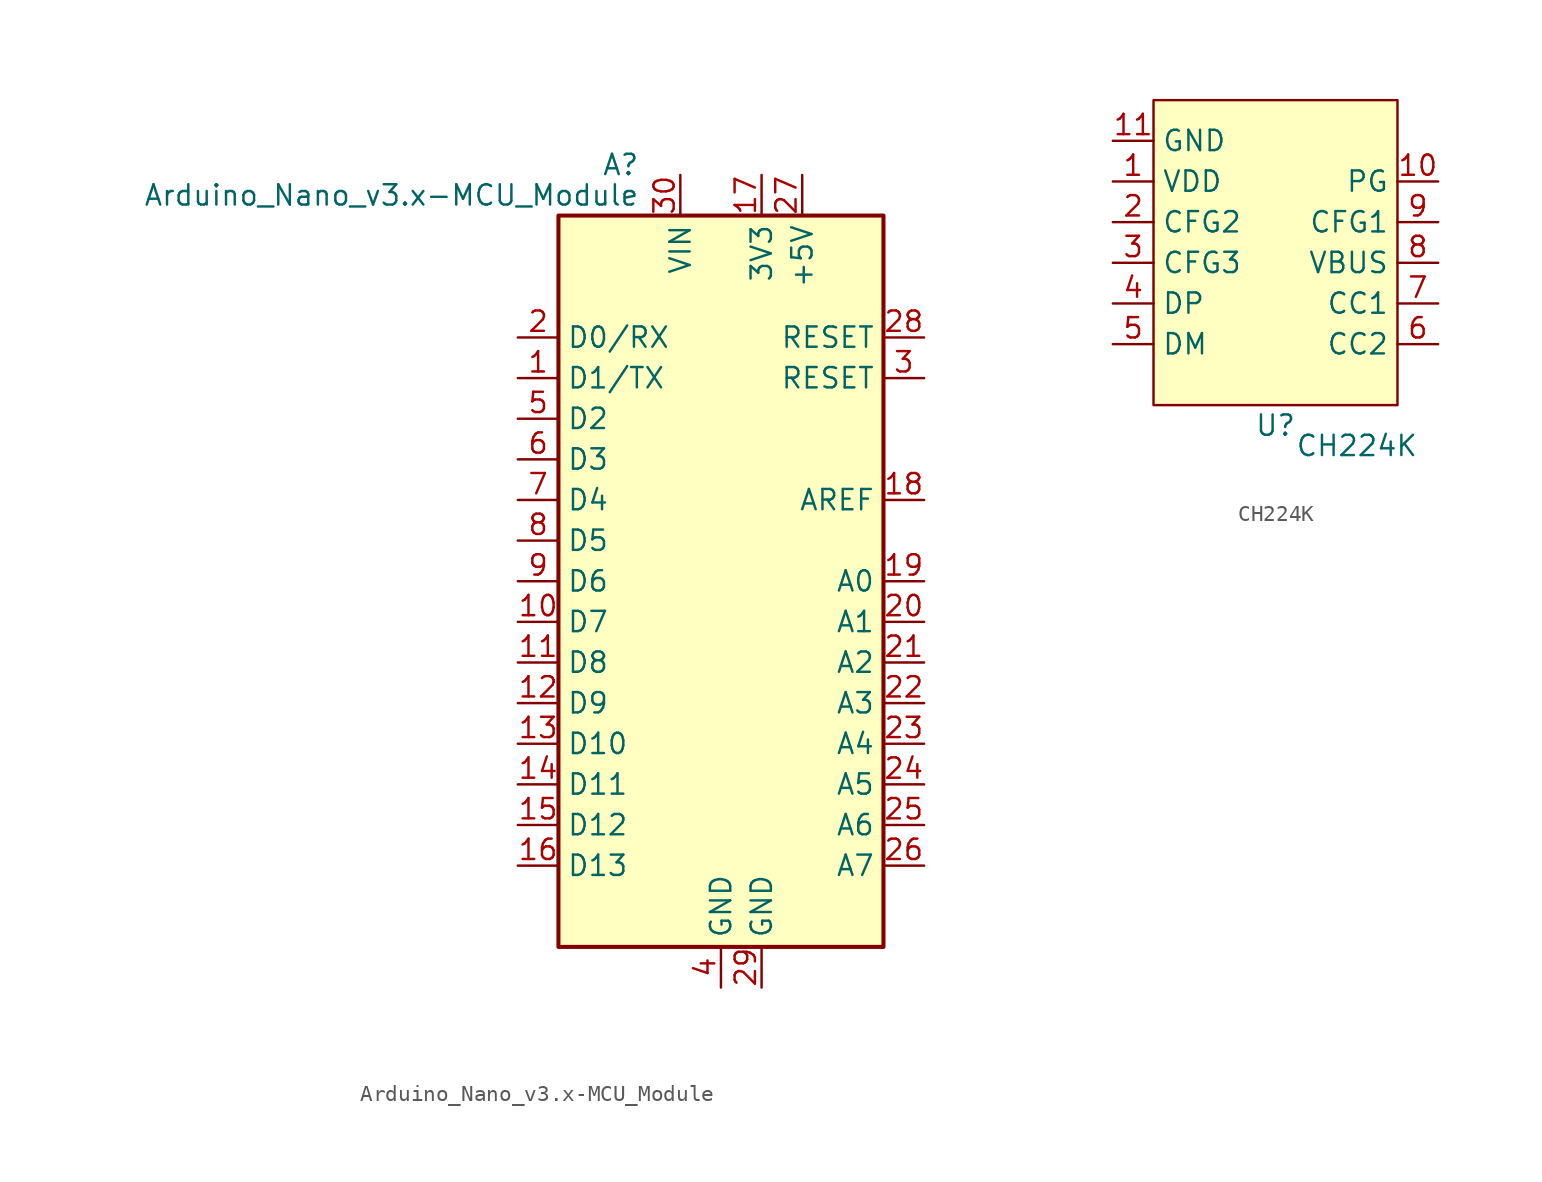
<source format=kicad_sym>
(kicad_symbol_lib
  (version 20220914)
  (generator kicad_symbol_editor)
  (symbol "Arduino_Nano_v3.x-MCU_Module"
    (property "Reference" "A"
      (at -5.08 26.035 0)
      (effects (font (size 1.27 1.27)) (justify right)))
    (property "Value" "Arduino_Nano_v3.x-MCU_Module"
      (at -5.08 24.13 0)
      (effects (font (size 1.27 1.27)) (justify right)))
    (symbol "Arduino_Nano_v3.x-MCU_Module_0_1"
      (rectangle (start -10.16 22.86) (end 10.16 -22.86) (stroke (width 0.254) (type default)) (fill (type background))))
    (symbol "Arduino_Nano_v3.x-MCU_Module_1_1"
      (pin bidirectional line (at -12.7 12.7 0) (length 2.54) (name "D1/TX" (effects (font (size 1.27 1.27)))) (number "1" (effects (font (size 1.27 1.27)))))
      (pin bidirectional line (at -12.7 -2.54 0) (length 2.54) (name "D7" (effects (font (size 1.27 1.27)))) (number "10" (effects (font (size 1.27 1.27)))))
      (pin bidirectional line (at -12.7 -5.08 0) (length 2.54) (name "D8" (effects (font (size 1.27 1.27)))) (number "11" (effects (font (size 1.27 1.27)))))
      (pin bidirectional line (at -12.7 -7.62 0) (length 2.54) (name "D9" (effects (font (size 1.27 1.27)))) (number "12" (effects (font (size 1.27 1.27)))))
      (pin bidirectional line (at -12.7 -10.16 0) (length 2.54) (name "D10" (effects (font (size 1.27 1.27)))) (number "13" (effects (font (size 1.27 1.27)))))
      (pin bidirectional line (at -12.7 -12.7 0) (length 2.54) (name "D11" (effects (font (size 1.27 1.27)))) (number "14" (effects (font (size 1.27 1.27)))))
      (pin bidirectional line (at -12.7 -15.24 0) (length 2.54) (name "D12" (effects (font (size 1.27 1.27)))) (number "15" (effects (font (size 1.27 1.27)))))
      (pin bidirectional line (at -12.7 -17.78 0) (length 2.54) (name "D13" (effects (font (size 1.27 1.27)))) (number "16" (effects (font (size 1.27 1.27)))))
      (pin power_out line (at 2.54 25.4 270) (length 2.54) (name "3V3" (effects (font (size 1.27 1.27)))) (number "17" (effects (font (size 1.27 1.27)))))
      (pin input line (at 12.7 5.08 180) (length 2.54) (name "AREF" (effects (font (size 1.27 1.27)))) (number "18" (effects (font (size 1.27 1.27)))))
      (pin bidirectional line (at 12.7 0 180) (length 2.54) (name "A0" (effects (font (size 1.27 1.27)))) (number "19" (effects (font (size 1.27 1.27)))))
      (pin bidirectional line (at -12.7 15.24 0) (length 2.54) (name "D0/RX" (effects (font (size 1.27 1.27)))) (number "2" (effects (font (size 1.27 1.27)))))
      (pin bidirectional line (at 12.7 -2.54 180) (length 2.54) (name "A1" (effects (font (size 1.27 1.27)))) (number "20" (effects (font (size 1.27 1.27)))))
      (pin bidirectional line (at 12.7 -5.08 180) (length 2.54) (name "A2" (effects (font (size 1.27 1.27)))) (number "21" (effects (font (size 1.27 1.27)))))
      (pin bidirectional line (at 12.7 -7.62 180) (length 2.54) (name "A3" (effects (font (size 1.27 1.27)))) (number "22" (effects (font (size 1.27 1.27)))))
      (pin bidirectional line (at 12.7 -10.16 180) (length 2.54) (name "A4" (effects (font (size 1.27 1.27)))) (number "23" (effects (font (size 1.27 1.27)))))
      (pin bidirectional line (at 12.7 -12.7 180) (length 2.54) (name "A5" (effects (font (size 1.27 1.27)))) (number "24" (effects (font (size 1.27 1.27)))))
      (pin bidirectional line (at 12.7 -15.24 180) (length 2.54) (name "A6" (effects (font (size 1.27 1.27)))) (number "25" (effects (font (size 1.27 1.27)))))
      (pin bidirectional line (at 12.7 -17.78 180) (length 2.54) (name "A7" (effects (font (size 1.27 1.27)))) (number "26" (effects (font (size 1.27 1.27)))))
      (pin power_out line (at 5.08 25.4 270) (length 2.54) (name "+5V" (effects (font (size 1.27 1.27)))) (number "27" (effects (font (size 1.27 1.27)))))
      (pin input line (at 12.7 15.24 180) (length 2.54) (name "RESET" (effects (font (size 1.27 1.27)))) (number "28" (effects (font (size 1.27 1.27)))))
      (pin power_in line (at 2.54 -25.4 90) (length 2.54) (name "GND" (effects (font (size 1.27 1.27)))) (number "29" (effects (font (size 1.27 1.27)))))
      (pin input line (at 12.7 12.7 180) (length 2.54) (name "RESET" (effects (font (size 1.27 1.27)))) (number "3" (effects (font (size 1.27 1.27)))))
      (pin power_in line (at -2.54 25.4 270) (length 2.54) (name "VIN" (effects (font (size 1.27 1.27)))) (number "30" (effects (font (size 1.27 1.27)))))
      (pin power_in line (at 0 -25.4 90) (length 2.54) (name "GND" (effects (font (size 1.27 1.27)))) (number "4" (effects (font (size 1.27 1.27)))))
      (pin bidirectional line (at -12.7 10.16 0) (length 2.54) (name "D2" (effects (font (size 1.27 1.27)))) (number "5" (effects (font (size 1.27 1.27)))))
      (pin bidirectional line (at -12.7 7.62 0) (length 2.54) (name "D3" (effects (font (size 1.27 1.27)))) (number "6" (effects (font (size 1.27 1.27)))))
      (pin bidirectional line (at -12.7 5.08 0) (length 2.54) (name "D4" (effects (font (size 1.27 1.27)))) (number "7" (effects (font (size 1.27 1.27)))))
      (pin bidirectional line (at -12.7 2.54 0) (length 2.54) (name "D5" (effects (font (size 1.27 1.27)))) (number "8" (effects (font (size 1.27 1.27)))))
      (pin bidirectional line (at -12.7 0 0) (length 2.54) (name "D6" (effects (font (size 1.27 1.27)))) (number "9" (effects (font (size 1.27 1.27)))))))
  (symbol "CH224K"
    (property "Reference" "U"
      (at 0 -10.16 0)
      (effects (font (size 1.27 1.27))))
    (property "Value" "CH224K"
      (at 5.08 -11.43 0)
      (effects (font (size 1.27 1.27))))
    (symbol "CH224K_0_1"
      (rectangle (start -7.62 10.16) (end 7.62 -8.89) (stroke (width 0) (type default)) (fill (type background))))
    (symbol "CH224K_1_1"
      (pin power_in line (at -10.16 5.08 0) (length 2.54) (name "VDD" (effects (font (size 1.27 1.27)))) (number "1" (effects (font (size 1.27 1.27)))))
      (pin output line (at 10.16 5.08 180) (length 2.54) (name "PG" (effects (font (size 1.27 1.27)))) (number "10" (effects (font (size 1.27 1.27)))))
      (pin power_in line (at -10.16 7.62 0) (length 2.54) (name "GND" (effects (font (size 1.27 1.27)))) (number "11" (effects (font (size 1.27 1.27)))))
      (pin input line (at -10.16 2.54 0) (length 2.54) (name "CFG2" (effects (font (size 1.27 1.27)))) (number "2" (effects (font (size 1.27 1.27)))))
      (pin input line (at -10.16 0 0) (length 2.54) (name "CFG3" (effects (font (size 1.27 1.27)))) (number "3" (effects (font (size 1.27 1.27)))))
      (pin bidirectional line (at -10.16 -2.54 0) (length 2.54) (name "DP" (effects (font (size 1.27 1.27)))) (number "4" (effects (font (size 1.27 1.27)))))
      (pin bidirectional line (at -10.16 -5.08 0) (length 2.54) (name "DM" (effects (font (size 1.27 1.27)))) (number "5" (effects (font (size 1.27 1.27)))))
      (pin bidirectional line (at 10.16 -5.08 180) (length 2.54) (name "CC2" (effects (font (size 1.27 1.27)))) (number "6" (effects (font (size 1.27 1.27)))))
      (pin bidirectional line (at 10.16 -2.54 180) (length 2.54) (name "CC1" (effects (font (size 1.27 1.27)))) (number "7" (effects (font (size 1.27 1.27)))))
      (pin input line (at 10.16 0 180) (length 2.54) (name "VBUS" (effects (font (size 1.27 1.27)))) (number "8" (effects (font (size 1.27 1.27)))))
      (pin input line (at 10.16 2.54 180) (length 2.54) (name "CFG1" (effects (font (size 1.27 1.27)))) (number "9" (effects (font (size 1.27 1.27))))))))
</source>
